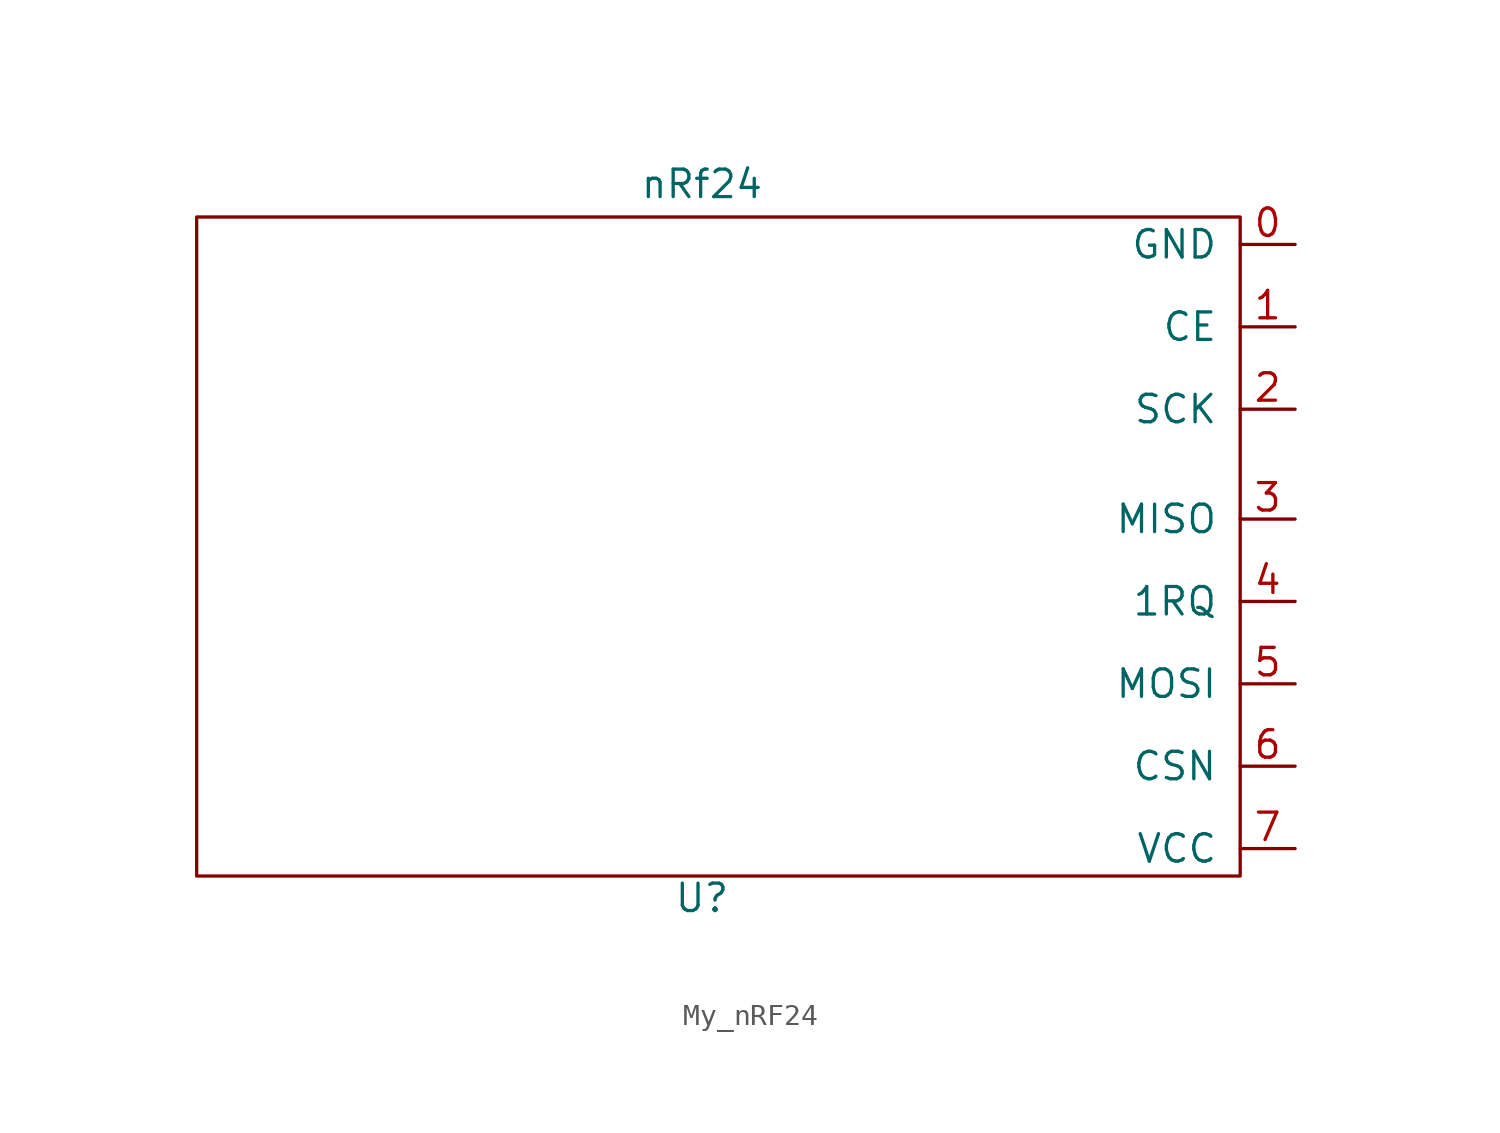
<source format=kicad_sym>
(kicad_symbol_lib
  (version 20241209)
  (generator "kicad_symbol_editor")
  (generator_version "9.0")
  (symbol "My_nRF24"
    (pin_names
      (offset 1.016))
    (property "Reference" "U"
      (at 20.828 -9.906 0)
      (effects (font (size 1.27 1.27))))
    (property "Value" "nRf24"
      (at 20.828 23.114 0)
      (effects (font (size 1.27 1.27))))
    (symbol "My_nRF24_0_1"
      (rectangle (start -2.54 21.59) (end 45.72 -8.89) (stroke (width 0) (type default)) (fill (type none))))
    (symbol "My_nRF24_1_1"
      (pin input line (at 48.26 20.32 180) (length 2.54) (name "GND" (effects (font (size 1.27 1.27)))) (number "0" (effects (font (size 1.27 1.27)))))
      (pin input line (at 48.26 16.51 180) (length 2.54) (name "CE" (effects (font (size 1.27 1.27)))) (number "1" (effects (font (size 1.27 1.27)))))
      (pin input line (at 48.26 12.7 180) (length 2.54) (name "SCK" (effects (font (size 1.27 1.27)))) (number "2" (effects (font (size 1.27 1.27)))))
      (pin input line (at 48.26 7.62 180) (length 2.54) (name "MISO" (effects (font (size 1.27 1.27)))) (number "3" (effects (font (size 1.27 1.27)))))
      (pin input line (at 48.26 3.81 180) (length 2.54) (name "1RQ" (effects (font (size 1.27 1.27)))) (number "4" (effects (font (size 1.27 1.27)))))
      (pin input line (at 48.26 0 180) (length 2.54) (name "MOSI" (effects (font (size 1.27 1.27)))) (number "5" (effects (font (size 1.27 1.27)))))
      (pin input line (at 48.26 -3.81 180) (length 2.54) (name "CSN" (effects (font (size 1.27 1.27)))) (number "6" (effects (font (size 1.27 1.27)))))
      (pin input line (at 48.26 -7.62 180) (length 2.54) (name "VCC" (effects (font (size 1.27 1.27)))) (number "7" (effects (font (size 1.27 1.27))))))))
</source>
